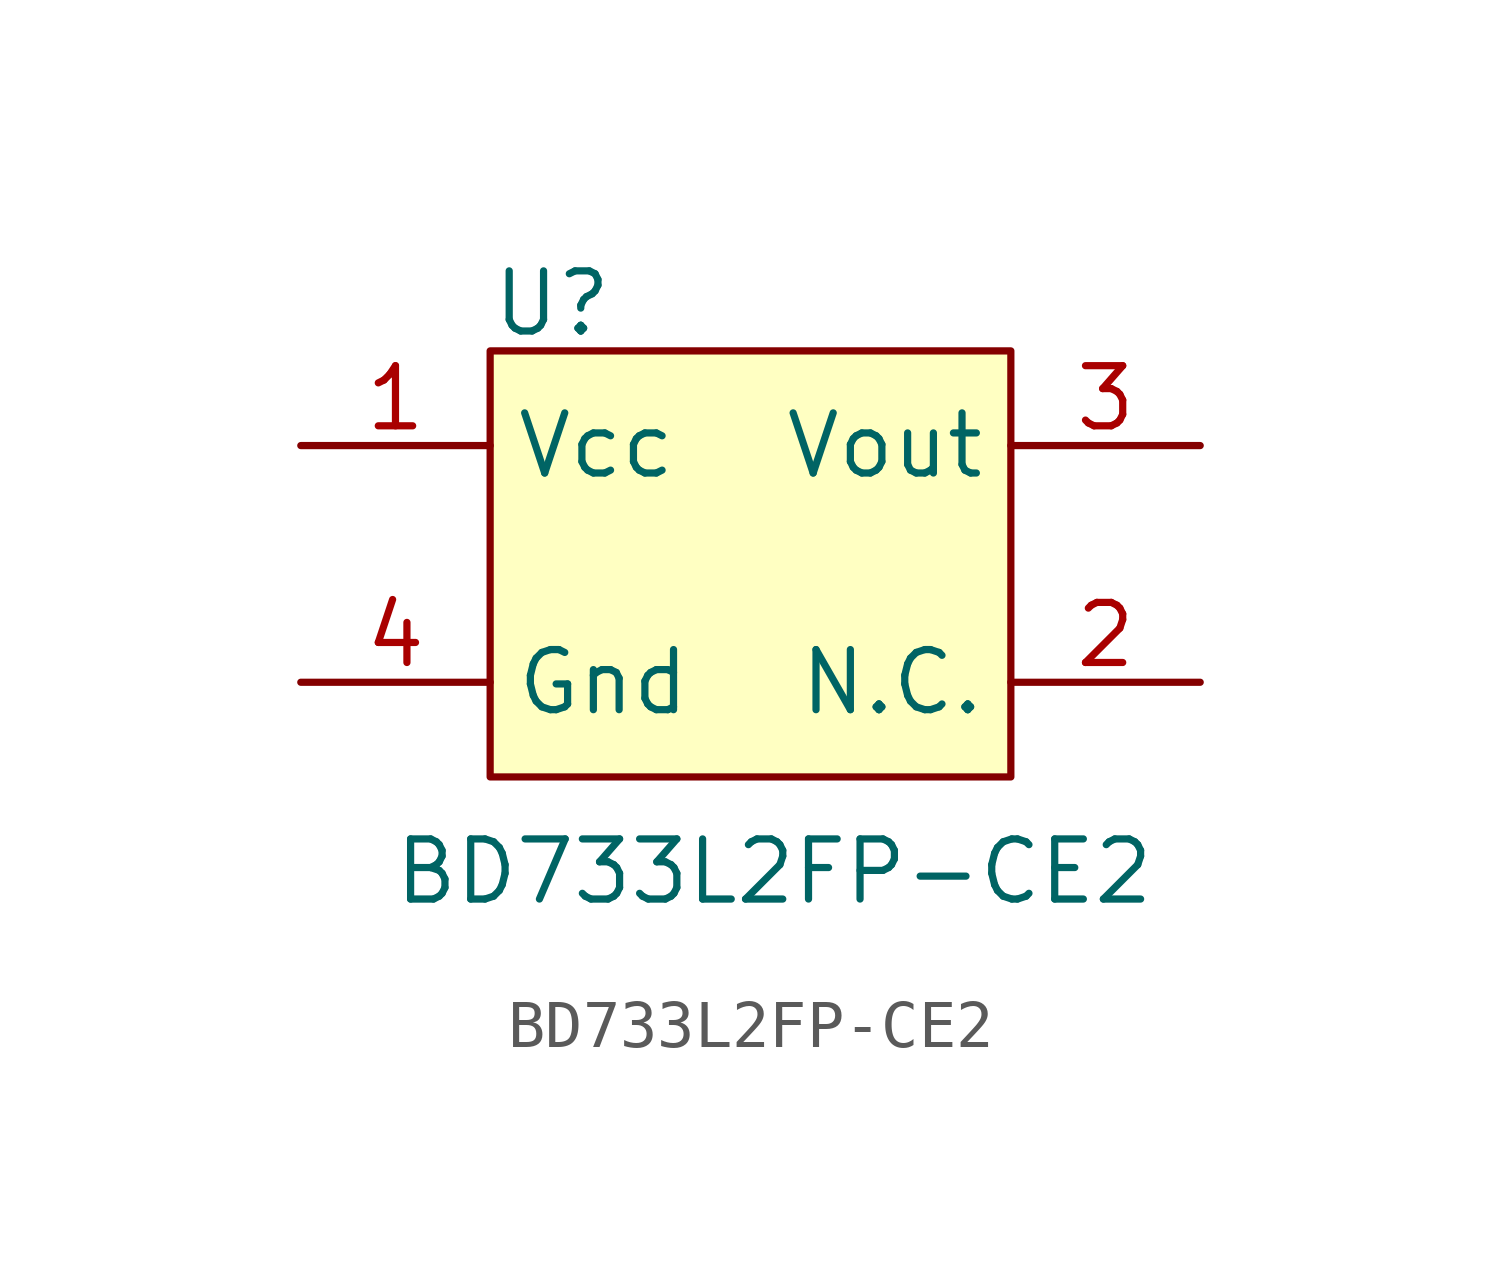
<source format=kicad_sym>
(kicad_symbol_lib
  (version 20211014)
  (generator kicad_symbol_editor)
  (symbol "BD733L2FP-CE2"
    (property "Reference" "U"
      (at -2 8 0)
      (effects (font (size 1.27 1.27)) (justify left)))
    (property "Value" "BD733L2FP-CE2"
      (at 4 -4 0)
      (effects (font (size 1.27 1.27))))
    (symbol "BD733L2FP-CE2_0_0"
      (pin passive line (at -6 5 0) (length 4) (name "Vcc" (effects (font (size 1.27 1.27)))) (number "1" (effects (font (size 1.27 1.27)))))
      (pin passive line (at 13 0 180) (length 4) (name "N.C." (effects (font (size 1.27 1.27)))) (number "2" (effects (font (size 1.27 1.27)))))
      (pin passive line (at 13 5 180) (length 4) (name "Vout" (effects (font (size 1.27 1.27)))) (number "3" (effects (font (size 1.27 1.27)))))
      (pin passive line (at -6 0 0) (length 4) (name "Gnd" (effects (font (size 1.27 1.27)))) (number "4" (effects (font (size 1.27 1.27))))))
    (symbol "BD733L2FP-CE2_0_1"
      (rectangle (start -2 7) (end 9 -2) (stroke (width 0) (type default) (color 0 0 0 0)) (fill (type background))))))
</source>
